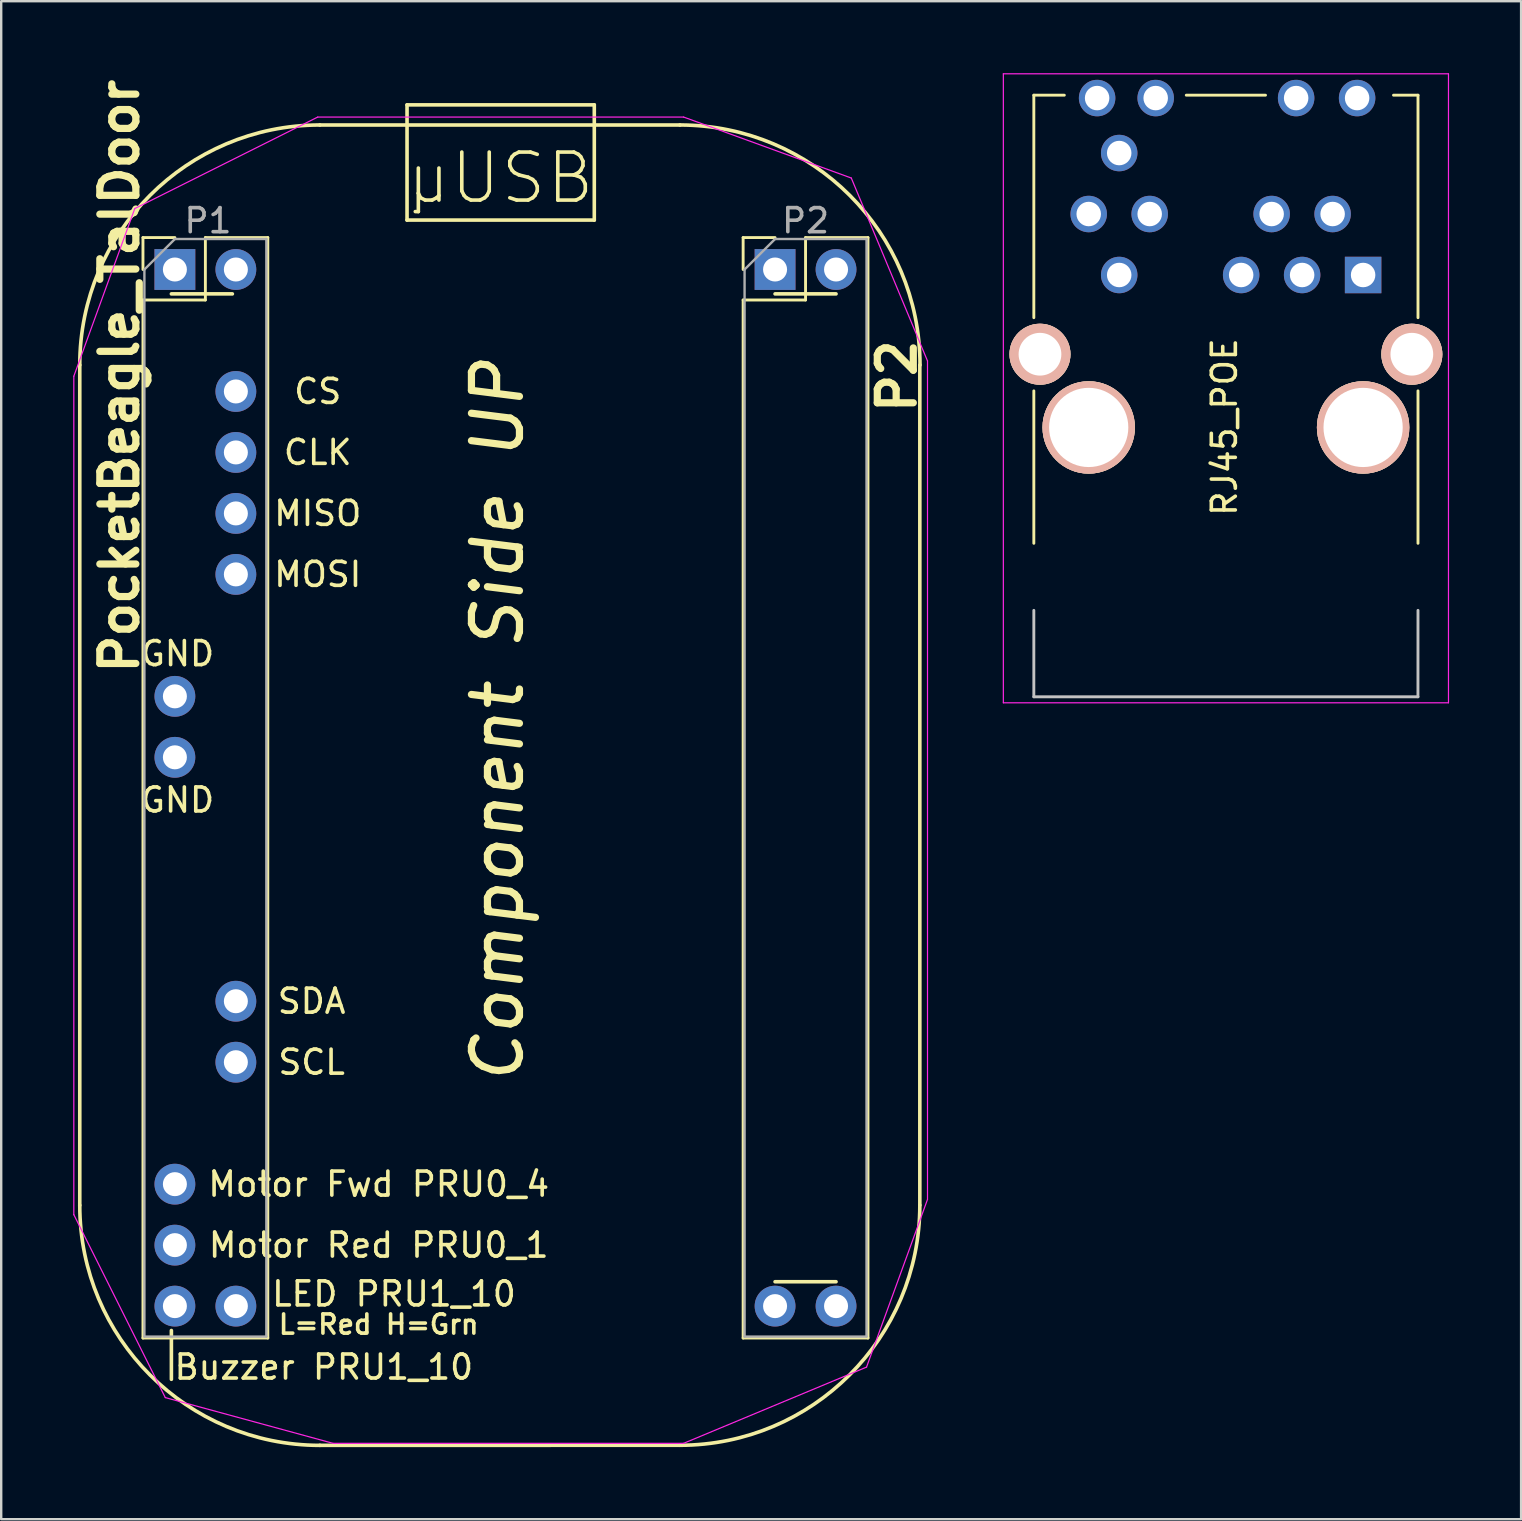
<source format=kicad_pcb>
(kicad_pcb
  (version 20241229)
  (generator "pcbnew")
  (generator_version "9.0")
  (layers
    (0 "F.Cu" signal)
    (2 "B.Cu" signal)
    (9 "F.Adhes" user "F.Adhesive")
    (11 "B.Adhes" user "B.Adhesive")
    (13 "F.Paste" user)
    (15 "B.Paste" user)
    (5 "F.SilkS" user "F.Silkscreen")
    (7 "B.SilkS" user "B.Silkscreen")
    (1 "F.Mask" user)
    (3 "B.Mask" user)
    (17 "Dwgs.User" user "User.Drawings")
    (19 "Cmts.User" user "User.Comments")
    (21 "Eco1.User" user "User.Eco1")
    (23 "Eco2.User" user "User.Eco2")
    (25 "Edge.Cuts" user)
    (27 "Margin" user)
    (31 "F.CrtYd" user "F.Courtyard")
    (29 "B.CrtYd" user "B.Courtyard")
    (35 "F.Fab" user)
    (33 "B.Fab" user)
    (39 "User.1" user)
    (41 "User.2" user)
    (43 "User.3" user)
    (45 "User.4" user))
  (footprint "PocketBeagle_TalDoor"
    (layer "F.Cu")
    (at 29.235 8.176)
    (property "Reference" "PocketBeagle_TalDoor" (at -27.305 4.445 90) (layer "F.SilkS") (effects (font (size 1.5 1.5) (thickness 0.3))))
    (attr through_hole)
    (fp_line (start -28.962 3.98) (end -28.962 38.98) (stroke (width 0.15) (type solid)) (layer "F.SilkS"))
    (fp_line (start -26.33 -1.33) (end -25 -1.33) (stroke (width 0.12) (type solid)) (layer "F.SilkS"))
    (fp_line (start -26.33 0) (end -26.33 -1.33) (stroke (width 0.12) (type solid)) (layer "F.SilkS"))
    (fp_line (start -26.33 1.27) (end -26.33 44.51) (stroke (width 0.12) (type solid)) (layer "F.SilkS"))
    (fp_line (start -26.33 1.27) (end -23.73 1.27) (stroke (width 0.12) (type solid)) (layer "F.SilkS"))
    (fp_line (start -26.33 44.51) (end -21.13 44.51) (stroke (width 0.12) (type solid)) (layer "F.SilkS"))
    (fp_line (start -25.146 1.016) (end -22.606 1.016) (stroke (width 0.15) (type solid)) (layer "F.SilkS"))
    (fp_line (start -25.146 46.228) (end -25.146 44.196) (stroke (width 0.15) (type solid)) (layer "F.SilkS"))
    (fp_line (start -23.73 -1.33) (end -21.13 -1.33) (stroke (width 0.12) (type solid)) (layer "F.SilkS"))
    (fp_line (start -23.73 1.27) (end -23.73 -1.33) (stroke (width 0.12) (type solid)) (layer "F.SilkS"))
    (fp_line (start -21.13 -1.33) (end -21.13 44.51) (stroke (width 0.12) (type solid)) (layer "F.SilkS"))
    (fp_line (start -18.962 -6.02) (end -3.962 -6.02) (stroke (width 0.15) (type solid)) (layer "F.SilkS"))
    (fp_line (start -18.962 48.98) (end -3.97 48.976) (stroke (width 0.15) (type solid)) (layer "F.SilkS"))
    (fp_line (start -15.33 -6.858) (end -7.53 -6.858) (stroke (width 0.15) (type solid)) (layer "F.SilkS"))
    (fp_line (start -15.33 -2.058) (end -15.33 -6.858) (stroke (width 0.15) (type solid)) (layer "F.SilkS"))
    (fp_line (start -15.33 -2.058) (end -7.53 -2.058) (stroke (width 0.15) (type solid)) (layer "F.SilkS"))
    (fp_line (start -14.859 -3.175) (end -14.859 -2.413) (stroke (width 0.15) (type solid)) (layer "F.SilkS"))
    (fp_line (start -14.859 -2.413) (end -14.986 -2.413) (stroke (width 0.15) (type solid)) (layer "F.SilkS"))
    (fp_line (start -7.53 -2.058) (end -7.53 -6.858) (stroke (width 0.15) (type solid)) (layer "F.SilkS"))
    (fp_line (start -1.33 -1.33) (end 0 -1.33) (stroke (width 0.12) (type solid)) (layer "F.SilkS"))
    (fp_line (start -1.33 0) (end -1.33 -1.33) (stroke (width 0.12) (type solid)) (layer "F.SilkS"))
    (fp_line (start -1.33 1.27) (end -1.33 44.51) (stroke (width 0.12) (type solid)) (layer "F.SilkS"))
    (fp_line (start -1.33 1.27) (end 1.27 1.27) (stroke (width 0.12) (type solid)) (layer "F.SilkS"))
    (fp_line (start -1.33 44.51) (end 3.87 44.51) (stroke (width 0.12) (type solid)) (layer "F.SilkS"))
    (fp_line (start 0 1.016) (end 2.54 1.016) (stroke (width 0.15) (type solid)) (layer "F.SilkS"))
    (fp_line (start 0 42.164) (end 2.54 42.164) (stroke (width 0.15) (type solid)) (layer "F.SilkS"))
    (fp_line (start 1.27 -1.33) (end 3.87 -1.33) (stroke (width 0.12) (type solid)) (layer "F.SilkS"))
    (fp_line (start 1.27 1.27) (end 1.27 -1.33) (stroke (width 0.12) (type solid)) (layer "F.SilkS"))
    (fp_line (start 3.87 -1.33) (end 3.87 44.51) (stroke (width 0.12) (type solid)) (layer "F.SilkS"))
    (fp_line (start 6.03 3.976) (end 6.03 38.976) (stroke (width 0.15) (type solid)) (layer "F.SilkS"))
    (fp_arc (start -28.9624 3.9802) (mid -26.033468 -3.090868) (end -18.9624 -6.0198) (stroke (width 0.15) (type solid)) (layer "F.SilkS"))
    (fp_arc (start -18.9624 48.9802) (mid -26.033468 46.051268) (end -28.9624 38.9802) (stroke (width 0.15) (type solid)) (layer "F.SilkS"))
    (fp_arc (start -3.9624 -6.0198) (mid 3.108668 -3.090868) (end 6.0376 3.9802) (stroke (width 0.15) (type solid)) (layer "F.SilkS"))
    (fp_arc (start 6.03 38.9763) (mid 3.101068 46.047368) (end -3.97 48.9763) (stroke (width 0.15) (type solid)) (layer "F.SilkS"))
    (fp_line (start -29.21 39.37) (end -29.21 4.445) (stroke (width 0.05) (type solid)) (layer "F.CrtYd"))
    (fp_line (start -29.21 39.37) (end -25.4 46.99) (stroke (width 0.05) (type solid)) (layer "F.CrtYd"))
    (fp_line (start -26.67 -2.54) (end -29.21 4.445) (stroke (width 0.05) (type solid)) (layer "F.CrtYd"))
    (fp_line (start -25.4 46.99) (end -18.415 48.895) (stroke (width 0.05) (type solid)) (layer "F.CrtYd"))
    (fp_line (start -19.05 -6.35) (end -26.67 -2.54) (stroke (width 0.05) (type solid)) (layer "F.CrtYd"))
    (fp_line (start -19.05 -6.35) (end -3.81 -6.35) (stroke (width 0.05) (type solid)) (layer "F.CrtYd"))
    (fp_line (start -18.415 48.895) (end -3.81 48.895) (stroke (width 0.05) (type solid)) (layer "F.CrtYd"))
    (fp_line (start -3.81 48.895) (end 3.81 45.72) (stroke (width 0.05) (type solid)) (layer "F.CrtYd"))
    (fp_line (start 3.175 -3.81) (end -3.81 -6.35) (stroke (width 0.05) (type solid)) (layer "F.CrtYd"))
    (fp_line (start 3.81 45.72) (end 6.35 38.735) (stroke (width 0.05) (type solid)) (layer "F.CrtYd"))
    (fp_line (start 6.35 3.81) (end 3.175 -3.81) (stroke (width 0.05) (type solid)) (layer "F.CrtYd"))
    (fp_line (start 6.35 38.735) (end 6.35 3.81) (stroke (width 0.05) (type solid)) (layer "F.CrtYd"))
    (fp_line (start -26.27 0) (end -25 -1.27) (stroke (width 0.1) (type solid)) (layer "F.Fab"))
    (fp_line (start -26.27 44.45) (end -26.27 0) (stroke (width 0.1) (type solid)) (layer "F.Fab"))
    (fp_line (start -25 -1.27) (end -21.19 -1.27) (stroke (width 0.1) (type solid)) (layer "F.Fab"))
    (fp_line (start -21.19 -1.27) (end -21.19 44.45) (stroke (width 0.1) (type solid)) (layer "F.Fab"))
    (fp_line (start -21.19 44.45) (end -26.27 44.45) (stroke (width 0.1) (type solid)) (layer "F.Fab"))
    (fp_line (start -1.27 0) (end 0 -1.27) (stroke (width 0.1) (type solid)) (layer "F.Fab"))
    (fp_line (start -1.27 44.45) (end -1.27 0) (stroke (width 0.1) (type solid)) (layer "F.Fab"))
    (fp_line (start 0 -1.27) (end 3.81 -1.27) (stroke (width 0.1) (type solid)) (layer "F.Fab"))
    (fp_line (start 3.81 -1.27) (end 3.81 44.45) (stroke (width 0.1) (type solid)) (layer "F.Fab"))
    (fp_line (start 3.81 44.45) (end -1.27 44.45) (stroke (width 0.1) (type solid)) (layer "F.Fab"))
    (fp_text user "CLK" (at -19.05 7.62 0) (layer "F.SilkS") (effects (font (size 1 1) (thickness 0.15))))
    (fp_text user "SCL" (at -19.304 33.02 0) (layer "F.SilkS") (effects (font (size 1 1) (thickness 0.15))))
    (fp_text user "P2" (at 5.08 4.445 90) (layer "F.SilkS") (effects (font (size 1.5 1.5) (thickness 0.3))))
    (fp_text user "Motor Fwd PRU0_4" (at -16.51 38.1 0) (layer "F.SilkS") (effects (font (size 1 1) (thickness 0.15))))
    (fp_text user "MOSI" (at -19.05 12.7 0) (layer "F.SilkS") (effects (font (size 1 1) (thickness 0.15))))
    (fp_text user "Motor Red PRU0_1" (at -16.51 40.64 0) (layer "F.SilkS") (effects (font (size 1 1) (thickness 0.15))))
    (fp_text user "GND" (at -24.892 22.098 0) (layer "F.SilkS") (effects (font (size 1 1) (thickness 0.15))))
    (fp_text user "LED PRU1_10" (at -15.875 42.672 0) (layer "F.SilkS") (effects (font (size 1 1) (thickness 0.15))))
    (fp_text user "MISO" (at -19.05 10.16 0) (layer "F.SilkS") (effects (font (size 1 1) (thickness 0.15))))
    (fp_text user "CS" (at -19.05 5.08 0) (layer "F.SilkS") (effects (font (size 1 1) (thickness 0.15))))
    (fp_text user "GND" (at -24.892 16.002 0) (layer "F.SilkS") (effects (font (size 1 1) (thickness 0.15))))
    (fp_text user "Buzzer PRU1_10" (at -18.796 45.72 0) (layer "F.SilkS") (effects (font (size 1 1) (thickness 0.15))))
    (fp_text user "L=Red H=Grn" (at -16.51 43.942 0) (layer "F.SilkS") (effects (font (size 0.8 0.8) (thickness 0.15))))
    (fp_text user "SDA" (at -19.304 30.48 0) (layer "F.SilkS") (effects (font (size 1 1) (thickness 0.15))))
    (fp_text user "uUSB" (at -11.43 -3.81 0) (layer "F.SilkS") (effects (font (size 2 2) (thickness 0.15))))
    (fp_text user "Component Side UP" (at -11.557 18.796 90) (layer "F.SilkS") (effects (font (size 2 2) (thickness 0.3) (italic yes))))
    (fp_text user "P2" (at 1.27 -2.032 180) (layer "F.Fab") (effects (font (size 1 1) (thickness 0.15))))
    (fp_text user "P1" (at -23.622 -2.032 180) (layer "F.Fab") (effects (font (size 1 1) (thickness 0.15))))
    (pad "1.1" thru_hole rect (at -25 0) (size 1.7 1.7) (drill 1) (layers "*.Cu" "*.Mask"))
    (pad "1.2" thru_hole oval (at -22.46 0) (size 1.7 1.7) (drill 1) (layers "*.Cu" "*.Mask"))
    (pad "1.6" thru_hole oval (at -22.46 5.08) (size 1.7 1.7) (drill 1) (layers "*.Cu" "*.Mask"))
    (pad "1.8" thru_hole oval (at -22.46 7.62) (size 1.7 1.7) (drill 1) (layers "*.Cu" "*.Mask"))
    (pad "1.10" thru_hole oval (at -22.46 10.16) (size 1.7 1.7) (drill 1) (layers "*.Cu" "*.Mask"))
    (pad "1.12" thru_hole oval (at -22.46 12.7) (size 1.7 1.7) (drill 1) (layers "*.Cu" "*.Mask"))
    (pad "1.15" thru_hole oval (at -25 17.78) (size 1.7 1.7) (drill 1) (layers "*.Cu" "*.Mask"))
    (pad "1.17" thru_hole oval (at -25 20.32) (size 1.7 1.7) (drill 1) (layers "*.Cu" "*.Mask"))
    (pad "1.26" thru_hole oval (at -22.46 30.48) (size 1.7 1.7) (drill 1) (layers "*.Cu" "*.Mask"))
    (pad "1.28" thru_hole oval (at -22.46 33.02) (size 1.7 1.7) (drill 1) (layers "*.Cu" "*.Mask"))
    (pad "1.31" thru_hole oval (at -25 38.1) (size 1.7 1.7) (drill 1) (layers "*.Cu" "*.Mask"))
    (pad "1.33" thru_hole oval (at -25 40.64) (size 1.7 1.7) (drill 1) (layers "*.Cu" "*.Mask"))
    (pad "1.35" thru_hole oval (at -25 43.18 90) (size 1.7 1.7) (drill 1) (layers "*.Cu" "*.Mask"))
    (pad "1.36" thru_hole oval (at -22.46 43.18) (size 1.7 1.7) (drill 1) (layers "*.Cu" "*.Mask"))
    (pad "2.1" thru_hole rect (at 0 0) (size 1.7 1.7) (drill 1) (layers "*.Cu" "*.Mask"))
    (pad "2.2" thru_hole oval (at 2.54 0) (size 1.7 1.7) (drill 1) (layers "*.Cu" "*.Mask"))
    (pad "2.35" thru_hole oval (at 0 43.18) (size 1.7 1.7) (drill 1) (layers "*.Cu" "*.Mask"))
    (pad "2.36" thru_hole oval (at 2.54 43.18) (size 1.7 1.7) (drill 1) (layers "*.Cu" "*.Mask")))
  (footprint "RJ45_POE"
    (layer "F.Cu")
    (at 42.3 14.755)
    (property "Reference" "RJ45_POE" (at 5.652 -0.017 90) (layer "F.SilkS") (effects (font (size 1 1) (thickness 0.15))))
    (attr through_hole)
    (fp_line (start -2.286 -13.84) (end -2.286 -4.572) (stroke (width 0.12) (type solid)) (layer "F.SilkS"))
    (fp_line (start -2.286 -13.84) (end -1.016 -13.84) (stroke (width 0.12) (type solid)) (layer "F.SilkS"))
    (fp_line (start -2.286 4.826) (end -2.286 -1.524) (stroke (width 0.12) (type solid)) (layer "F.SilkS"))
    (fp_line (start 4.064 -13.84) (end 7.364 -13.84) (stroke (width 0.12) (type solid)) (layer "F.SilkS"))
    (fp_line (start 13.716 -13.84) (end 12.696 -13.84) (stroke (width 0.12) (type solid)) (layer "F.SilkS"))
    (fp_line (start 13.716 -13.84) (end 13.716 -4.572) (stroke (width 0.12) (type solid)) (layer "F.SilkS"))
    (fp_line (start 13.716 4.826) (end 13.716 -1.524) (stroke (width 0.12) (type solid)) (layer "F.SilkS"))
    (fp_line (start -2.286 7.62) (end -2.286 11.22) (stroke (width 0.12) (type solid)) (layer "Dwgs.User"))
    (fp_line (start -2.286 11.22) (end 13.714 11.22) (stroke (width 0.12) (type solid)) (layer "Dwgs.User"))
    (fp_line (start 13.716 7.62) (end 13.714 11.22) (stroke (width 0.12) (type solid)) (layer "Dwgs.User"))
    (fp_line (start -3.556 -14.73) (end -3.556 11.47) (stroke (width 0.05) (type solid)) (layer "F.CrtYd"))
    (fp_line (start -3.556 -14.73) (end 14.984 -14.73) (stroke (width 0.05) (type solid)) (layer "F.CrtYd"))
    (fp_line (start 14.984 11.47) (end -3.556 11.47) (stroke (width 0.05) (type solid)) (layer "F.CrtYd"))
    (fp_line (start 14.986 11.47) (end 14.986 -14.73) (stroke (width 0.05) (type solid)) (layer "F.CrtYd"))
    (pad "1" thru_hole rect (at 11.43 -6.35) (size 1.52 1.52) (drill 1.02) (layers "*.Cu" "*.Mask"))
    (pad "2" thru_hole circle (at 10.16 -8.89) (size 1.52 1.52) (drill 1.02) (layers "*.Cu" "*.Mask"))
    (pad "3" thru_hole circle (at 8.89 -6.35) (size 1.52 1.52) (drill 1.02) (layers "*.Cu" "*.Mask"))
    (pad "4" thru_hole circle (at 7.62 -8.89) (size 1.52 1.52) (drill 1.02) (layers "*.Cu" "*.Mask"))
    (pad "5" thru_hole circle (at 6.35 -6.35) (size 1.52 1.52) (drill 1.02) (layers "*.Cu" "*.Mask"))
    (pad "8" thru_hole circle (at 2.54 -8.89) (size 1.52 1.52) (drill 1.02) (layers "*.Cu" "*.Mask"))
    (pad "9" thru_hole circle (at 1.27 -6.35) (size 1.52 1.52) (drill 1.02) (layers "*.Cu" "*.Mask"))
    (pad "10" thru_hole circle (at 0 -8.89) (size 1.52 1.52) (drill 1.02) (layers "*.Cu" "*.Mask"))
    (pad "11" thru_hole circle (at 1.27 -11.43) (size 1.52 1.52) (drill 1.02) (layers "*.Cu" "*.Mask"))
    (pad "13" thru_hole circle (at -2.03 -3.05) (size 2.54 2.54) (drill 1.78) (layers "*.Cu" "*.SilkS" "*.Mask"))
    (pad "13" thru_hole circle (at 13.46 -3.05) (size 2.54 2.54) (drill 1.78) (layers "*.Cu" "*.SilkS" "*.Mask"))
    (pad "G+" thru_hole circle (at 8.64 -13.72) (size 1.52 1.52) (drill 1.02) (layers "*.Cu" "*.Mask"))
    (pad "G-" thru_hole circle (at 11.18 -13.72) (size 1.52 1.52) (drill 1.02) (layers "*.Cu" "*.Mask"))
    (pad "Hole" thru_hole circle (at 0 0) (size 3.85 3.85) (drill 3.3) (layers "*.Cu" "*.SilkS" "*.Mask"))
    (pad "Hole" thru_hole circle (at 11.43 0) (size 3.85 3.85) (drill 3.3) (layers "*.Cu" "*.SilkS" "*.Mask"))
    (pad "Y+" thru_hole circle (at 0.35 -13.72) (size 1.52 1.52) (drill 1.02) (layers "*.Cu" "*.Mask"))
    (pad "Y-" thru_hole circle (at 2.79 -13.72) (size 1.52 1.52) (drill 1.02) (layers "*.Cu" "*.Mask")))
  (gr_rect
    (start -3 -3)
    (end 60.311 60.232)
    (stroke (width 0.1) (type default))
    (fill no)
    (layer "Edge.Cuts")))
</source>
